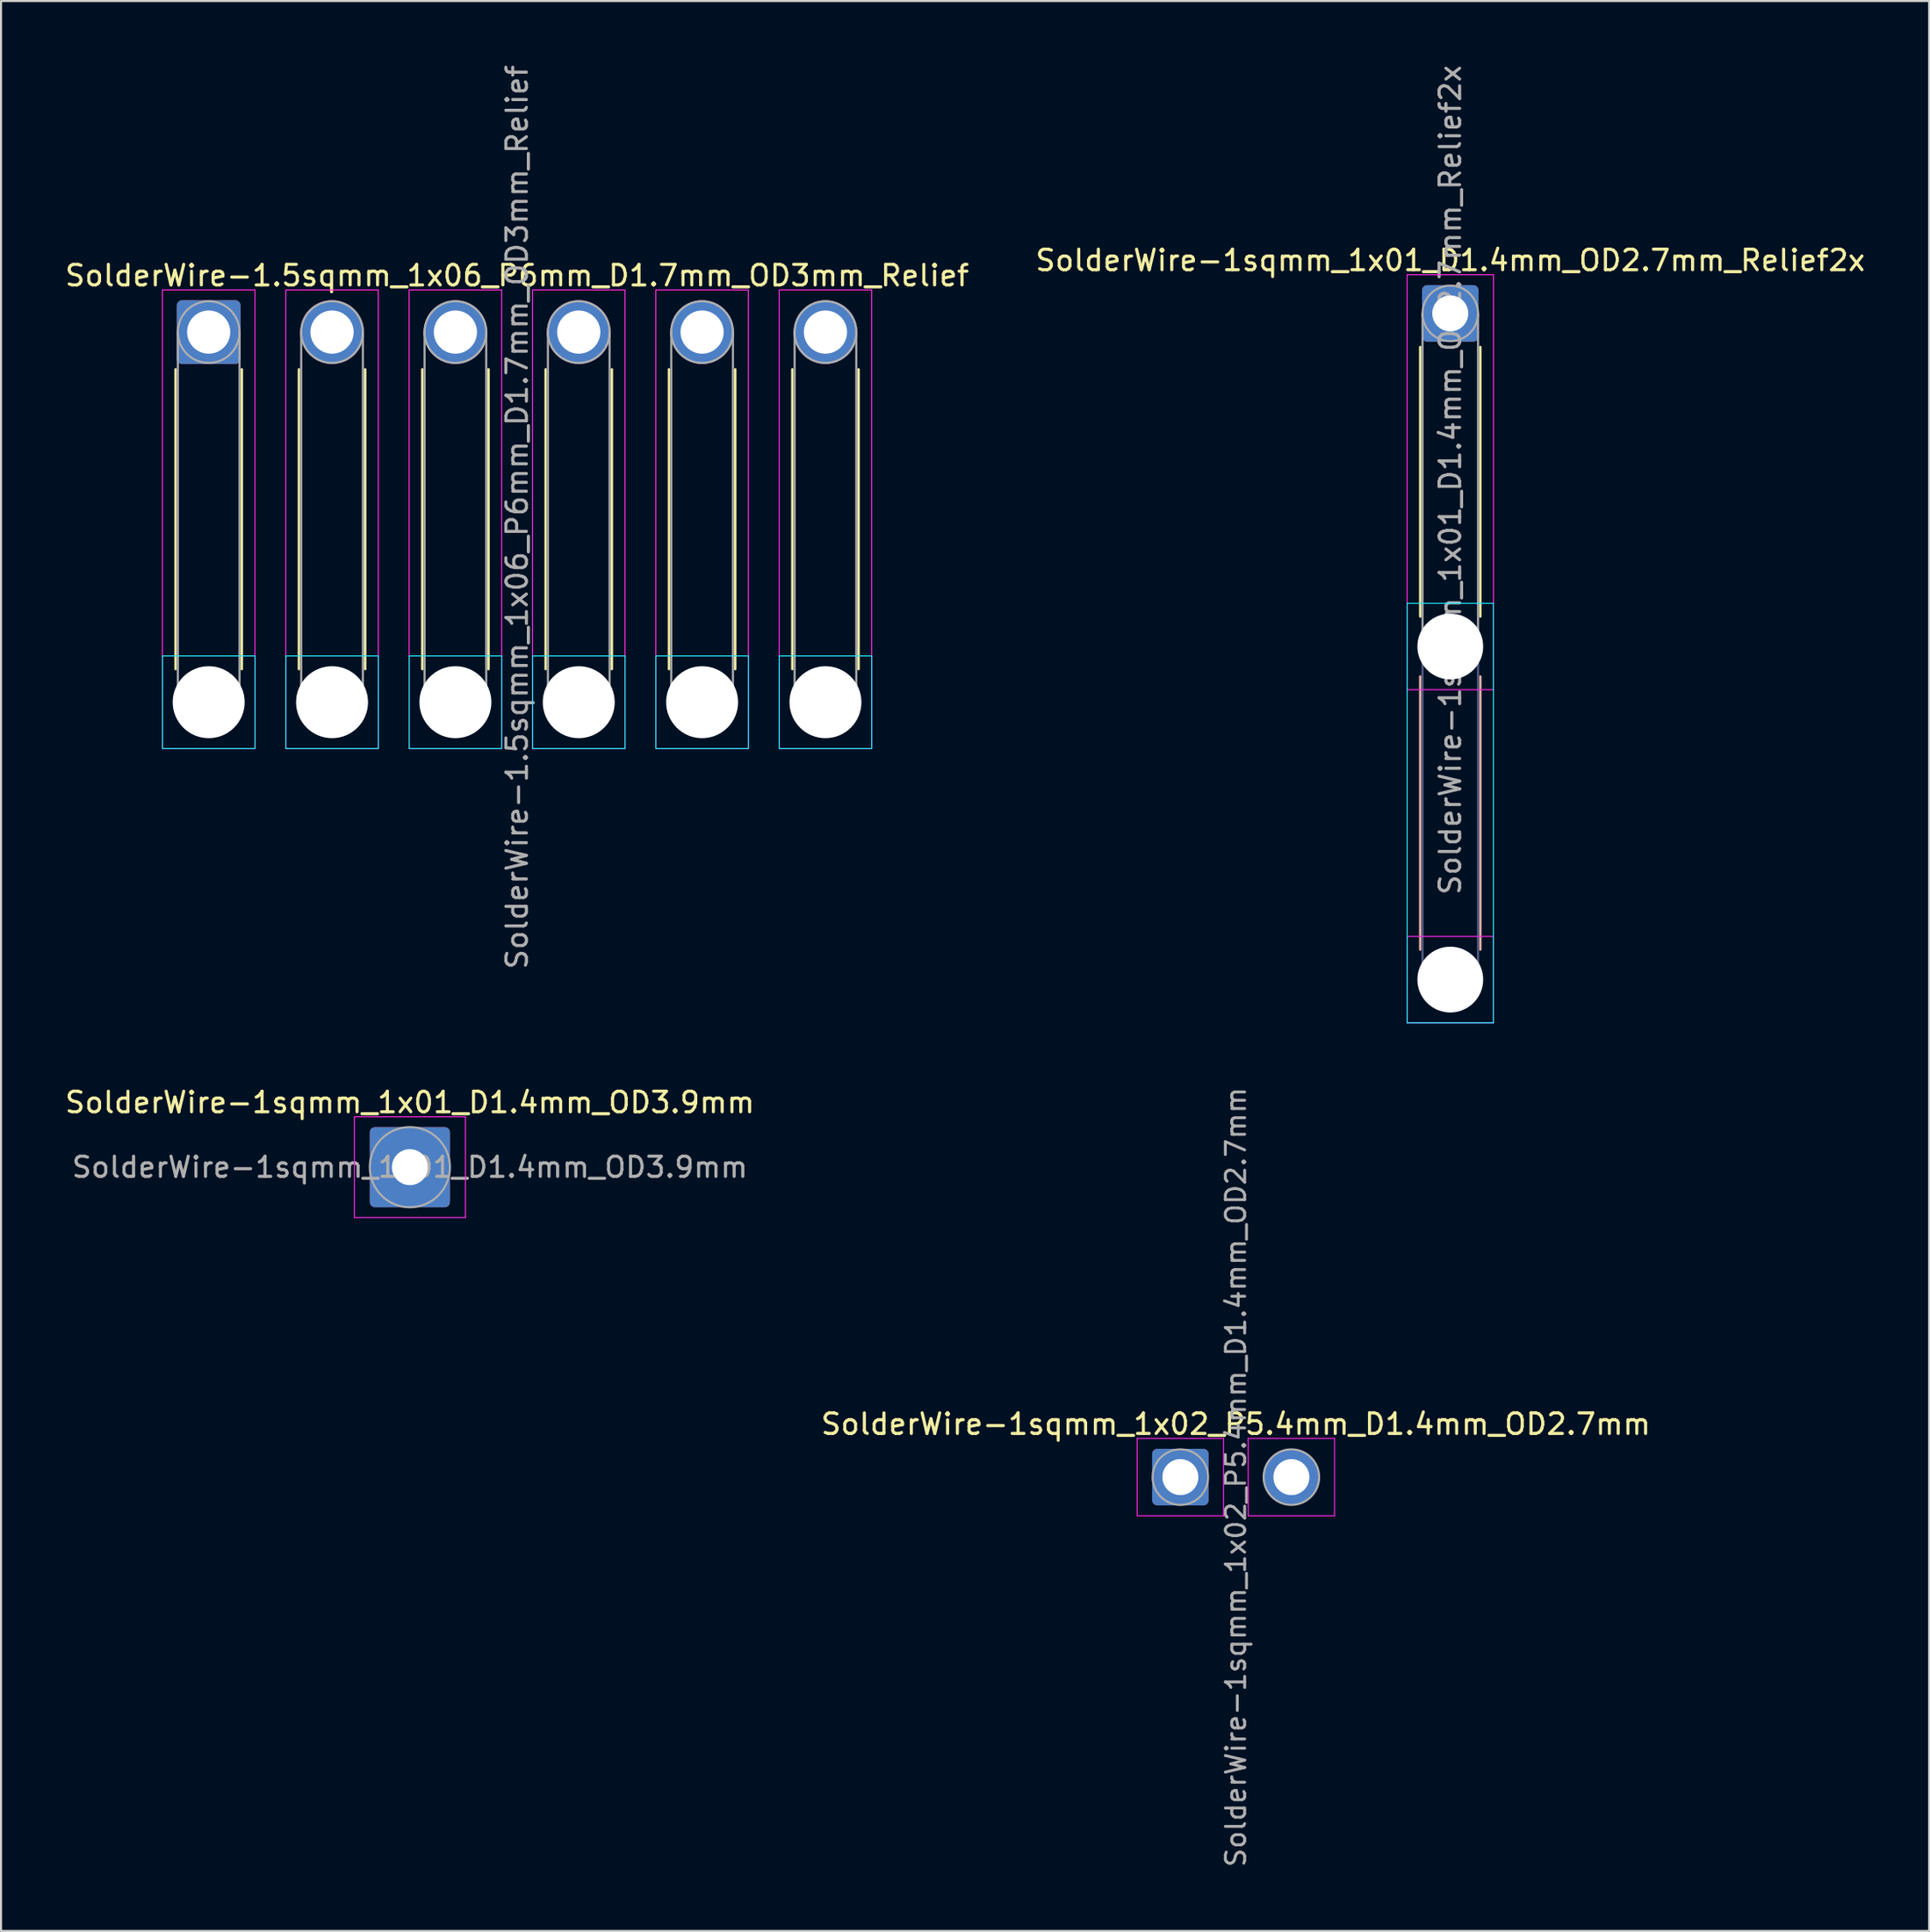
<source format=kicad_pcb>
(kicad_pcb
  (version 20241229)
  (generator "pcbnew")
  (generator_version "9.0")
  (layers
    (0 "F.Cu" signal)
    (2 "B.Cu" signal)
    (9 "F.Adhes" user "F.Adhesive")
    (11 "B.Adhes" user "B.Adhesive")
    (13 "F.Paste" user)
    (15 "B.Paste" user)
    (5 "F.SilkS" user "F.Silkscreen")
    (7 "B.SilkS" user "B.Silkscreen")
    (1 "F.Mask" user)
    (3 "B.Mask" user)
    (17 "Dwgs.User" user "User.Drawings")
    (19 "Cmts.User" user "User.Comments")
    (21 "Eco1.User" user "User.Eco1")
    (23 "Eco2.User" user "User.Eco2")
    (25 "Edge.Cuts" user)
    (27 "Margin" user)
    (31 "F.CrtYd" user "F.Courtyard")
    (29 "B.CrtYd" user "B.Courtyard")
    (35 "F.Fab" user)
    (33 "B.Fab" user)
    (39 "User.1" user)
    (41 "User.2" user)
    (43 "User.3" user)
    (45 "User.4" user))
  (footprint "SolderWire-1sqmm_1x01_D1.4mm_OD2.7mm_Relief2x"
    (layer "F.Cu")
    (at 67.494 12.192)
    (property "Reference" "SolderWire-1sqmm_1x01_D1.4mm_OD2.7mm_Relief2x" (at 0 -2.58 0) (layer "F.SilkS") (effects (font (size 1 1) (thickness 0.15))))
    (attr exclude_from_pos_files exclude_from_bom)
    (fp_line (start -1.46 1.635) (end -1.46 14.74) (stroke (width 0.12) (type solid)) (layer "F.SilkS"))
    (fp_line (start 1.46 1.635) (end 1.46 14.74) (stroke (width 0.12) (type solid)) (layer "F.SilkS"))
    (fp_line (start -1.46 17.66) (end -1.46 30.94) (stroke (width 0.12) (type solid)) (layer "B.SilkS"))
    (fp_line (start 1.46 17.66) (end 1.46 30.94) (stroke (width 0.12) (type solid)) (layer "B.SilkS"))
    (fp_line (start -2.1 14.1) (end -2.1 34.5) (stroke (width 0.05) (type solid)) (layer "B.CrtYd"))
    (fp_line (start -2.1 34.5) (end 2.1 34.5) (stroke (width 0.05) (type solid)) (layer "B.CrtYd"))
    (fp_line (start 2.1 14.1) (end -2.1 14.1) (stroke (width 0.05) (type solid)) (layer "B.CrtYd"))
    (fp_line (start 2.1 34.5) (end 2.1 14.1) (stroke (width 0.05) (type solid)) (layer "B.CrtYd"))
    (fp_line (start -2.1 -1.88) (end -2.1 18.3) (stroke (width 0.05) (type solid)) (layer "F.CrtYd"))
    (fp_line (start -2.1 18.3) (end 2.1 18.3) (stroke (width 0.05) (type solid)) (layer "F.CrtYd"))
    (fp_line (start -2.1 30.3) (end -2.1 34.5) (stroke (width 0.05) (type solid)) (layer "F.CrtYd"))
    (fp_line (start -2.1 34.5) (end 2.1 34.5) (stroke (width 0.05) (type solid)) (layer "F.CrtYd"))
    (fp_line (start 2.1 -1.88) (end -2.1 -1.88) (stroke (width 0.05) (type solid)) (layer "F.CrtYd"))
    (fp_line (start 2.1 18.3) (end 2.1 -1.88) (stroke (width 0.05) (type solid)) (layer "F.CrtYd"))
    (fp_line (start 2.1 30.3) (end -2.1 30.3) (stroke (width 0.05) (type solid)) (layer "F.CrtYd"))
    (fp_line (start 2.1 34.5) (end 2.1 30.3) (stroke (width 0.05) (type solid)) (layer "F.CrtYd"))
    (fp_line (start -1.35 16.2) (end -1.35 32.4) (stroke (width 0.1) (type solid)) (layer "B.Fab"))
    (fp_line (start 1.35 16.2) (end 1.35 32.4) (stroke (width 0.1) (type solid)) (layer "B.Fab"))
    (fp_circle (center 0 16.2) (end 1.35 16.2) (stroke (width 0.1) (type solid)) (fill no) (layer "B.Fab"))
    (fp_circle (center 0 32.4) (end 1.35 32.4) (stroke (width 0.1) (type solid)) (fill no) (layer "B.Fab"))
    (fp_line (start -1.35 0) (end -1.35 16.2) (stroke (width 0.1) (type solid)) (layer "F.Fab"))
    (fp_line (start 1.35 0) (end 1.35 16.2) (stroke (width 0.1) (type solid)) (layer "F.Fab"))
    (fp_circle (center 0 0) (end 1.35 0) (stroke (width 0.1) (type solid)) (fill no) (layer "F.Fab"))
    (fp_circle (center 0 16.2) (end 1.35 16.2) (stroke (width 0.1) (type solid)) (fill no) (layer "F.Fab"))
    (fp_circle (center 0 32.4) (end 1.35 32.4) (stroke (width 0.1) (type solid)) (fill no) (layer "F.Fab"))
    (fp_text user "${REFERENCE}" (at 0 8.1 90) (layer "F.Fab") (effects (font (size 1 1) (thickness 0.15))))
    (pad "" np_thru_hole circle (at 0 16.2) (size 3.2 3.2) (drill 3.2) (layers "*.Cu" "*.Mask"))
    (pad "" np_thru_hole circle (at 0 32.4) (size 3.2 3.2) (drill 3.2) (layers "*.Cu" "*.Mask"))
    (pad "1" thru_hole roundrect (at 0 0) (size 2.75 2.75) (drill 1.75) (layers "*.Cu" "*.Mask") (roundrect_rratio 0.091)))
  (footprint "SolderWire-1sqmm_1x01_D1.4mm_OD3.9mm"
    (layer "F.Cu")
    (at 16.887 53.715)
    (property "Reference" "SolderWire-1sqmm_1x01_D1.4mm_OD3.9mm" (at 0 -3.15 0) (layer "F.SilkS") (effects (font (size 1 1) (thickness 0.15))))
    (attr exclude_from_pos_files exclude_from_bom)
    (fp_line (start -2.7 -2.45) (end -2.7 2.45) (stroke (width 0.05) (type solid)) (layer "F.CrtYd"))
    (fp_line (start -2.7 2.45) (end 2.7 2.45) (stroke (width 0.05) (type solid)) (layer "F.CrtYd"))
    (fp_line (start 2.7 -2.45) (end -2.7 -2.45) (stroke (width 0.05) (type solid)) (layer "F.CrtYd"))
    (fp_line (start 2.7 2.45) (end 2.7 -2.45) (stroke (width 0.05) (type solid)) (layer "F.CrtYd"))
    (fp_circle (center 0 0) (end 1.95 0) (stroke (width 0.1) (type solid)) (fill no) (layer "F.Fab"))
    (fp_text user "${REFERENCE}" (at 0 0 0) (layer "F.Fab") (effects (font (size 0.98 0.98) (thickness 0.15))))
    (pad "1" thru_hole roundrect (at 0 0) (size 3.9 3.9) (drill 1.75) (layers "*.Cu" "*.Mask") (roundrect_rratio 0.064)))
  (footprint "SolderWire-1.5sqmm_1x06_P6mm_D1.7mm_OD3mm_Relief"
    (layer "F.Cu")
    (at 7.101 13.101)
    (property "Reference" "SolderWire-1.5sqmm_1x06_P6mm_D1.7mm_OD3mm_Relief" (at 15 -2.75 0) (layer "F.SilkS") (effects (font (size 1 1) (thickness 0.15))))
    (attr exclude_from_pos_files exclude_from_bom)
    (fp_line (start -1.61 1.81) (end -1.61 16.39) (stroke (width 0.12) (type solid)) (layer "F.SilkS"))
    (fp_line (start 1.61 1.81) (end 1.61 16.39) (stroke (width 0.12) (type solid)) (layer "F.SilkS"))
    (fp_line (start 4.39 1.81) (end 4.39 16.39) (stroke (width 0.12) (type solid)) (layer "F.SilkS"))
    (fp_line (start 7.61 1.81) (end 7.61 16.39) (stroke (width 0.12) (type solid)) (layer "F.SilkS"))
    (fp_line (start 10.39 1.81) (end 10.39 16.39) (stroke (width 0.12) (type solid)) (layer "F.SilkS"))
    (fp_line (start 13.61 1.81) (end 13.61 16.39) (stroke (width 0.12) (type solid)) (layer "F.SilkS"))
    (fp_line (start 16.39 1.81) (end 16.39 16.39) (stroke (width 0.12) (type solid)) (layer "F.SilkS"))
    (fp_line (start 19.61 1.81) (end 19.61 16.39) (stroke (width 0.12) (type solid)) (layer "F.SilkS"))
    (fp_line (start 22.39 1.81) (end 22.39 16.39) (stroke (width 0.12) (type solid)) (layer "F.SilkS"))
    (fp_line (start 25.61 1.81) (end 25.61 16.39) (stroke (width 0.12) (type solid)) (layer "F.SilkS"))
    (fp_line (start 28.39 1.81) (end 28.39 16.39) (stroke (width 0.12) (type solid)) (layer "F.SilkS"))
    (fp_line (start 31.61 1.81) (end 31.61 16.39) (stroke (width 0.12) (type solid)) (layer "F.SilkS"))
    (fp_line (start -2.25 15.75) (end -2.25 20.25) (stroke (width 0.05) (type solid)) (layer "B.CrtYd"))
    (fp_line (start -2.25 20.25) (end 2.25 20.25) (stroke (width 0.05) (type solid)) (layer "B.CrtYd"))
    (fp_line (start 2.25 15.75) (end -2.25 15.75) (stroke (width 0.05) (type solid)) (layer "B.CrtYd"))
    (fp_line (start 2.25 20.25) (end 2.25 15.75) (stroke (width 0.05) (type solid)) (layer "B.CrtYd"))
    (fp_line (start 3.75 15.75) (end 3.75 20.25) (stroke (width 0.05) (type solid)) (layer "B.CrtYd"))
    (fp_line (start 3.75 20.25) (end 8.25 20.25) (stroke (width 0.05) (type solid)) (layer "B.CrtYd"))
    (fp_line (start 8.25 15.75) (end 3.75 15.75) (stroke (width 0.05) (type solid)) (layer "B.CrtYd"))
    (fp_line (start 8.25 20.25) (end 8.25 15.75) (stroke (width 0.05) (type solid)) (layer "B.CrtYd"))
    (fp_line (start 9.75 15.75) (end 9.75 20.25) (stroke (width 0.05) (type solid)) (layer "B.CrtYd"))
    (fp_line (start 9.75 20.25) (end 14.25 20.25) (stroke (width 0.05) (type solid)) (layer "B.CrtYd"))
    (fp_line (start 14.25 15.75) (end 9.75 15.75) (stroke (width 0.05) (type solid)) (layer "B.CrtYd"))
    (fp_line (start 14.25 20.25) (end 14.25 15.75) (stroke (width 0.05) (type solid)) (layer "B.CrtYd"))
    (fp_line (start 15.75 15.75) (end 15.75 20.25) (stroke (width 0.05) (type solid)) (layer "B.CrtYd"))
    (fp_line (start 15.75 20.25) (end 20.25 20.25) (stroke (width 0.05) (type solid)) (layer "B.CrtYd"))
    (fp_line (start 20.25 15.75) (end 15.75 15.75) (stroke (width 0.05) (type solid)) (layer "B.CrtYd"))
    (fp_line (start 20.25 20.25) (end 20.25 15.75) (stroke (width 0.05) (type solid)) (layer "B.CrtYd"))
    (fp_line (start 21.75 15.75) (end 21.75 20.25) (stroke (width 0.05) (type solid)) (layer "B.CrtYd"))
    (fp_line (start 21.75 20.25) (end 26.25 20.25) (stroke (width 0.05) (type solid)) (layer "B.CrtYd"))
    (fp_line (start 26.25 15.75) (end 21.75 15.75) (stroke (width 0.05) (type solid)) (layer "B.CrtYd"))
    (fp_line (start 26.25 20.25) (end 26.25 15.75) (stroke (width 0.05) (type solid)) (layer "B.CrtYd"))
    (fp_line (start 27.75 15.75) (end 27.75 20.25) (stroke (width 0.05) (type solid)) (layer "B.CrtYd"))
    (fp_line (start 27.75 20.25) (end 32.25 20.25) (stroke (width 0.05) (type solid)) (layer "B.CrtYd"))
    (fp_line (start 32.25 15.75) (end 27.75 15.75) (stroke (width 0.05) (type solid)) (layer "B.CrtYd"))
    (fp_line (start 32.25 20.25) (end 32.25 15.75) (stroke (width 0.05) (type solid)) (layer "B.CrtYd"))
    (fp_line (start -2.25 -2.05) (end -2.25 20.25) (stroke (width 0.05) (type solid)) (layer "F.CrtYd"))
    (fp_line (start -2.25 20.25) (end 2.25 20.25) (stroke (width 0.05) (type solid)) (layer "F.CrtYd"))
    (fp_line (start 2.25 -2.05) (end -2.25 -2.05) (stroke (width 0.05) (type solid)) (layer "F.CrtYd"))
    (fp_line (start 2.25 20.25) (end 2.25 -2.05) (stroke (width 0.05) (type solid)) (layer "F.CrtYd"))
    (fp_line (start 3.75 -2.05) (end 3.75 20.25) (stroke (width 0.05) (type solid)) (layer "F.CrtYd"))
    (fp_line (start 3.75 20.25) (end 8.25 20.25) (stroke (width 0.05) (type solid)) (layer "F.CrtYd"))
    (fp_line (start 8.25 -2.05) (end 3.75 -2.05) (stroke (width 0.05) (type solid)) (layer "F.CrtYd"))
    (fp_line (start 8.25 20.25) (end 8.25 -2.05) (stroke (width 0.05) (type solid)) (layer "F.CrtYd"))
    (fp_line (start 9.75 -2.05) (end 9.75 20.25) (stroke (width 0.05) (type solid)) (layer "F.CrtYd"))
    (fp_line (start 9.75 20.25) (end 14.25 20.25) (stroke (width 0.05) (type solid)) (layer "F.CrtYd"))
    (fp_line (start 14.25 -2.05) (end 9.75 -2.05) (stroke (width 0.05) (type solid)) (layer "F.CrtYd"))
    (fp_line (start 14.25 20.25) (end 14.25 -2.05) (stroke (width 0.05) (type solid)) (layer "F.CrtYd"))
    (fp_line (start 15.75 -2.05) (end 15.75 20.25) (stroke (width 0.05) (type solid)) (layer "F.CrtYd"))
    (fp_line (start 15.75 20.25) (end 20.25 20.25) (stroke (width 0.05) (type solid)) (layer "F.CrtYd"))
    (fp_line (start 20.25 -2.05) (end 15.75 -2.05) (stroke (width 0.05) (type solid)) (layer "F.CrtYd"))
    (fp_line (start 20.25 20.25) (end 20.25 -2.05) (stroke (width 0.05) (type solid)) (layer "F.CrtYd"))
    (fp_line (start 21.75 -2.05) (end 21.75 20.25) (stroke (width 0.05) (type solid)) (layer "F.CrtYd"))
    (fp_line (start 21.75 20.25) (end 26.25 20.25) (stroke (width 0.05) (type solid)) (layer "F.CrtYd"))
    (fp_line (start 26.25 -2.05) (end 21.75 -2.05) (stroke (width 0.05) (type solid)) (layer "F.CrtYd"))
    (fp_line (start 26.25 20.25) (end 26.25 -2.05) (stroke (width 0.05) (type solid)) (layer "F.CrtYd"))
    (fp_line (start 27.75 -2.05) (end 27.75 20.25) (stroke (width 0.05) (type solid)) (layer "F.CrtYd"))
    (fp_line (start 27.75 20.25) (end 32.25 20.25) (stroke (width 0.05) (type solid)) (layer "F.CrtYd"))
    (fp_line (start 32.25 -2.05) (end 27.75 -2.05) (stroke (width 0.05) (type solid)) (layer "F.CrtYd"))
    (fp_line (start 32.25 20.25) (end 32.25 -2.05) (stroke (width 0.05) (type solid)) (layer "F.CrtYd"))
    (fp_line (start -1.5 0) (end -1.5 18) (stroke (width 0.1) (type solid)) (layer "F.Fab"))
    (fp_line (start 1.5 0) (end 1.5 18) (stroke (width 0.1) (type solid)) (layer "F.Fab"))
    (fp_line (start 4.5 0) (end 4.5 18) (stroke (width 0.1) (type solid)) (layer "F.Fab"))
    (fp_line (start 7.5 0) (end 7.5 18) (stroke (width 0.1) (type solid)) (layer "F.Fab"))
    (fp_line (start 10.5 0) (end 10.5 18) (stroke (width 0.1) (type solid)) (layer "F.Fab"))
    (fp_line (start 13.5 0) (end 13.5 18) (stroke (width 0.1) (type solid)) (layer "F.Fab"))
    (fp_line (start 16.5 0) (end 16.5 18) (stroke (width 0.1) (type solid)) (layer "F.Fab"))
    (fp_line (start 19.5 0) (end 19.5 18) (stroke (width 0.1) (type solid)) (layer "F.Fab"))
    (fp_line (start 22.5 0) (end 22.5 18) (stroke (width 0.1) (type solid)) (layer "F.Fab"))
    (fp_line (start 25.5 0) (end 25.5 18) (stroke (width 0.1) (type solid)) (layer "F.Fab"))
    (fp_line (start 28.5 0) (end 28.5 18) (stroke (width 0.1) (type solid)) (layer "F.Fab"))
    (fp_line (start 31.5 0) (end 31.5 18) (stroke (width 0.1) (type solid)) (layer "F.Fab"))
    (fp_circle (center 0 0) (end 1.5 0) (stroke (width 0.1) (type solid)) (fill no) (layer "F.Fab"))
    (fp_circle (center 0 18) (end 1.5 18) (stroke (width 0.1) (type solid)) (fill no) (layer "F.Fab"))
    (fp_circle (center 6 0) (end 7.5 0) (stroke (width 0.1) (type solid)) (fill no) (layer "F.Fab"))
    (fp_circle (center 6 18) (end 7.5 18) (stroke (width 0.1) (type solid)) (fill no) (layer "F.Fab"))
    (fp_circle (center 12 0) (end 13.5 0) (stroke (width 0.1) (type solid)) (fill no) (layer "F.Fab"))
    (fp_circle (center 12 18) (end 13.5 18) (stroke (width 0.1) (type solid)) (fill no) (layer "F.Fab"))
    (fp_circle (center 18 0) (end 19.5 0) (stroke (width 0.1) (type solid)) (fill no) (layer "F.Fab"))
    (fp_circle (center 18 18) (end 19.5 18) (stroke (width 0.1) (type solid)) (fill no) (layer "F.Fab"))
    (fp_circle (center 24 0) (end 25.5 0) (stroke (width 0.1) (type solid)) (fill no) (layer "F.Fab"))
    (fp_circle (center 24 18) (end 25.5 18) (stroke (width 0.1) (type solid)) (fill no) (layer "F.Fab"))
    (fp_circle (center 30 0) (end 31.5 0) (stroke (width 0.1) (type solid)) (fill no) (layer "F.Fab"))
    (fp_circle (center 30 18) (end 31.5 18) (stroke (width 0.1) (type solid)) (fill no) (layer "F.Fab"))
    (fp_text user "${REFERENCE}" (at 15 9 90) (layer "F.Fab") (effects (font (size 1 1) (thickness 0.15))))
    (pad "" np_thru_hole circle (at 0 18) (size 3.5 3.5) (drill 3.5) (layers "*.Cu" "*.Mask"))
    (pad "" np_thru_hole circle (at 6 18) (size 3.5 3.5) (drill 3.5) (layers "*.Cu" "*.Mask"))
    (pad "" np_thru_hole circle (at 12 18) (size 3.5 3.5) (drill 3.5) (layers "*.Cu" "*.Mask"))
    (pad "" np_thru_hole circle (at 18 18) (size 3.5 3.5) (drill 3.5) (layers "*.Cu" "*.Mask"))
    (pad "" np_thru_hole circle (at 24 18) (size 3.5 3.5) (drill 3.5) (layers "*.Cu" "*.Mask"))
    (pad "" np_thru_hole circle (at 30 18) (size 3.5 3.5) (drill 3.5) (layers "*.Cu" "*.Mask"))
    (pad "1" thru_hole roundrect (at 0 0) (size 3.1 3.1) (drill 2.1) (layers "*.Cu" "*.Mask") (roundrect_rratio 0.081))
    (pad "2" thru_hole circle (at 6 0) (size 3.1 3.1) (drill 2.1) (layers "*.Cu" "*.Mask"))
    (pad "3" thru_hole circle (at 12 0) (size 3.1 3.1) (drill 2.1) (layers "*.Cu" "*.Mask"))
    (pad "4" thru_hole circle (at 18 0) (size 3.1 3.1) (drill 2.1) (layers "*.Cu" "*.Mask"))
    (pad "5" thru_hole circle (at 24 0) (size 3.1 3.1) (drill 2.1) (layers "*.Cu" "*.Mask"))
    (pad "6" thru_hole circle (at 30 0) (size 3.1 3.1) (drill 2.1) (layers "*.Cu" "*.Mask")))
  (footprint "SolderWire-1sqmm_1x02_P5.4mm_D1.4mm_OD2.7mm"
    (layer "F.Cu")
    (at 54.365 68.789)
    (property "Reference" "SolderWire-1sqmm_1x02_P5.4mm_D1.4mm_OD2.7mm" (at 2.7 -2.58 0) (layer "F.SilkS") (effects (font (size 1 1) (thickness 0.15))))
    (attr exclude_from_pos_files exclude_from_bom)
    (fp_line (start -2.1 -1.88) (end -2.1 1.88) (stroke (width 0.05) (type solid)) (layer "F.CrtYd"))
    (fp_line (start -2.1 1.88) (end 2.1 1.88) (stroke (width 0.05) (type solid)) (layer "F.CrtYd"))
    (fp_line (start 2.1 -1.88) (end -2.1 -1.88) (stroke (width 0.05) (type solid)) (layer "F.CrtYd"))
    (fp_line (start 2.1 1.88) (end 2.1 -1.88) (stroke (width 0.05) (type solid)) (layer "F.CrtYd"))
    (fp_line (start 3.3 -1.88) (end 3.3 1.88) (stroke (width 0.05) (type solid)) (layer "F.CrtYd"))
    (fp_line (start 3.3 1.88) (end 7.5 1.88) (stroke (width 0.05) (type solid)) (layer "F.CrtYd"))
    (fp_line (start 7.5 -1.88) (end 3.3 -1.88) (stroke (width 0.05) (type solid)) (layer "F.CrtYd"))
    (fp_line (start 7.5 1.88) (end 7.5 -1.88) (stroke (width 0.05) (type solid)) (layer "F.CrtYd"))
    (fp_circle (center 0 0) (end 1.35 0) (stroke (width 0.1) (type solid)) (fill no) (layer "F.Fab"))
    (fp_circle (center 5.4 0) (end 6.75 0) (stroke (width 0.1) (type solid)) (fill no) (layer "F.Fab"))
    (fp_text user "${REFERENCE}" (at 2.7 0 90) (layer "F.Fab") (effects (font (size 0.94 0.94) (thickness 0.14))))
    (pad "1" thru_hole roundrect (at 0 0) (size 2.75 2.75) (drill 1.75) (layers "*.Cu" "*.Mask") (roundrect_rratio 0.091))
    (pad "2" thru_hole circle (at 5.4 0) (size 2.75 2.75) (drill 1.75) (layers "*.Cu" "*.Mask")))
  (gr_rect
    (start -3 -3)
    (end 90.786 90.862)
    (stroke (width 0.1) (type default))
    (fill no)
    (layer "Edge.Cuts")))
</source>
